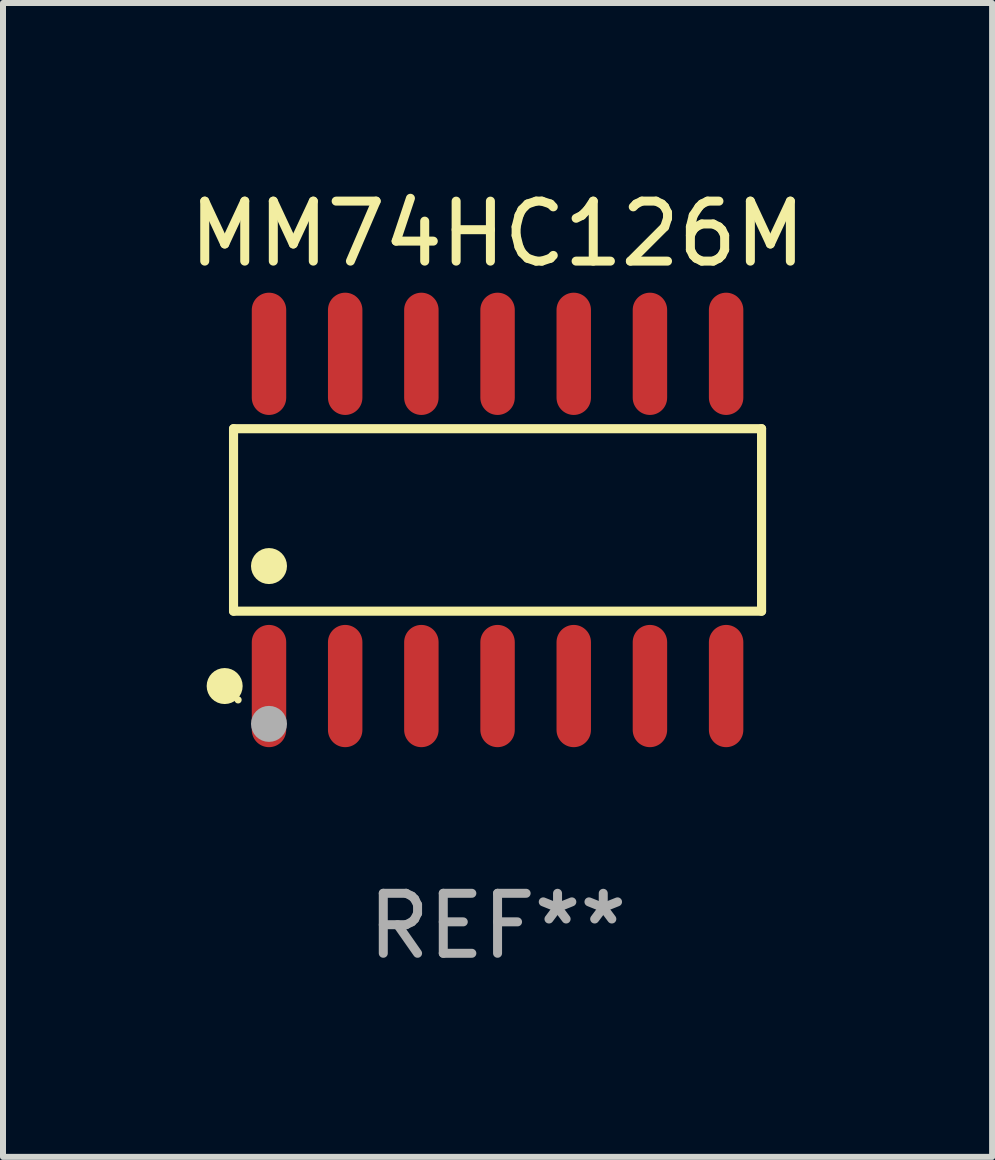
<source format=kicad_pcb>
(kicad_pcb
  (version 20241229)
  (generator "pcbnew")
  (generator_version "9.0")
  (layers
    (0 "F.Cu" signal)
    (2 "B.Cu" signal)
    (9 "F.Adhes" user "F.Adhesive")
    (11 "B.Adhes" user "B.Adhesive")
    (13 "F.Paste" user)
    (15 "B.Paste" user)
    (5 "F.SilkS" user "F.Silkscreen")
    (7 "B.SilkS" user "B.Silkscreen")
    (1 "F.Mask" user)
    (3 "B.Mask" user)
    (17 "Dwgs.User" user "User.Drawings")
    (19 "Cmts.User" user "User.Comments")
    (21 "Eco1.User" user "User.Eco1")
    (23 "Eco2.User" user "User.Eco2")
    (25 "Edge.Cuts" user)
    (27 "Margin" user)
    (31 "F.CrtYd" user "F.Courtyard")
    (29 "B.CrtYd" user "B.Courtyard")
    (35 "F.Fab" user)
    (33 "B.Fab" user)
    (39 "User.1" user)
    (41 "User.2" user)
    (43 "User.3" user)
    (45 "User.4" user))
  (footprint "MM74HC126M"
    (layer "F.Cu")
    (at 5.244 5.617)
    (property "Reference" "MM74HC126M" (at 0 -4.769 0) (layer "F.SilkS") (effects (font (size 1 1) (thickness 0.15))))
    (attr through_hole)
    (fp_line (start -4.401 -1.521) (end 4.401 -1.521) (stroke (width 0.152) (type solid)) (layer "F.SilkS"))
    (fp_line (start -4.401 1.521) (end -4.401 -1.521) (stroke (width 0.152) (type solid)) (layer "F.SilkS"))
    (fp_line (start 4.401 -1.521) (end 4.401 1.521) (stroke (width 0.152) (type solid)) (layer "F.SilkS"))
    (fp_line (start 4.401 1.521) (end -4.401 1.521) (stroke (width 0.152) (type solid)) (layer "F.SilkS"))
    (fp_circle (center -4.549 2.769) (end -4.399 2.769) (stroke (width 0.3) (type solid)) (fill no) (layer "F.SilkS"))
    (fp_circle (center -4.325 3) (end -4.295 3) (stroke (width 0.06) (type solid)) (fill no) (layer "F.SilkS"))
    (fp_circle (center -3.81 0.769) (end -3.66 0.769) (stroke (width 0.3) (type solid)) (fill no) (layer "F.SilkS"))
    (fp_circle (center -3.81 3.4) (end -3.66 3.4) (stroke (width 0.3) (type solid)) (fill no) (layer "F.Fab"))
    (fp_text user "REF**" (at 0 6.769 0) (layer "F.Fab") (effects (font (size 1 1) (thickness 0.15))))
    (pad "1" smd oval (at -3.81 2.769) (size 0.574 2.038) (layers "F.Cu" "F.Mask" "F.Paste"))
    (pad "2" smd oval (at -2.54 2.769) (size 0.574 2.038) (layers "F.Cu" "F.Mask" "F.Paste"))
    (pad "3" smd oval (at -1.27 2.769) (size 0.574 2.038) (layers "F.Cu" "F.Mask" "F.Paste"))
    (pad "4" smd oval (at 0 2.769) (size 0.574 2.038) (layers "F.Cu" "F.Mask" "F.Paste"))
    (pad "5" smd oval (at 1.27 2.769) (size 0.574 2.038) (layers "F.Cu" "F.Mask" "F.Paste"))
    (pad "6" smd oval (at 2.54 2.769) (size 0.574 2.038) (layers "F.Cu" "F.Mask" "F.Paste"))
    (pad "7" smd oval (at 3.81 2.769) (size 0.574 2.038) (layers "F.Cu" "F.Mask" "F.Paste"))
    (pad "8" smd oval (at 3.81 -2.769) (size 0.574 2.038) (layers "F.Cu" "F.Mask" "F.Paste"))
    (pad "9" smd oval (at 2.54 -2.769) (size 0.574 2.038) (layers "F.Cu" "F.Mask" "F.Paste"))
    (pad "10" smd oval (at 1.27 -2.769) (size 0.574 2.038) (layers "F.Cu" "F.Mask" "F.Paste"))
    (pad "11" smd oval (at 0 -2.769) (size 0.574 2.038) (layers "F.Cu" "F.Mask" "F.Paste"))
    (pad "12" smd oval (at -1.27 -2.769) (size 0.574 2.038) (layers "F.Cu" "F.Mask" "F.Paste"))
    (pad "13" smd oval (at -2.54 -2.769) (size 0.574 2.038) (layers "F.Cu" "F.Mask" "F.Paste"))
    (pad "14" smd oval (at -3.81 -2.769) (size 0.574 2.038) (layers "F.Cu" "F.Mask" "F.Paste")))
  (gr_rect
    (start -3 -3)
    (end 13.488 16.235)
    (stroke (width 0.1) (type default))
    (fill no)
    (layer "Edge.Cuts")))
</source>
